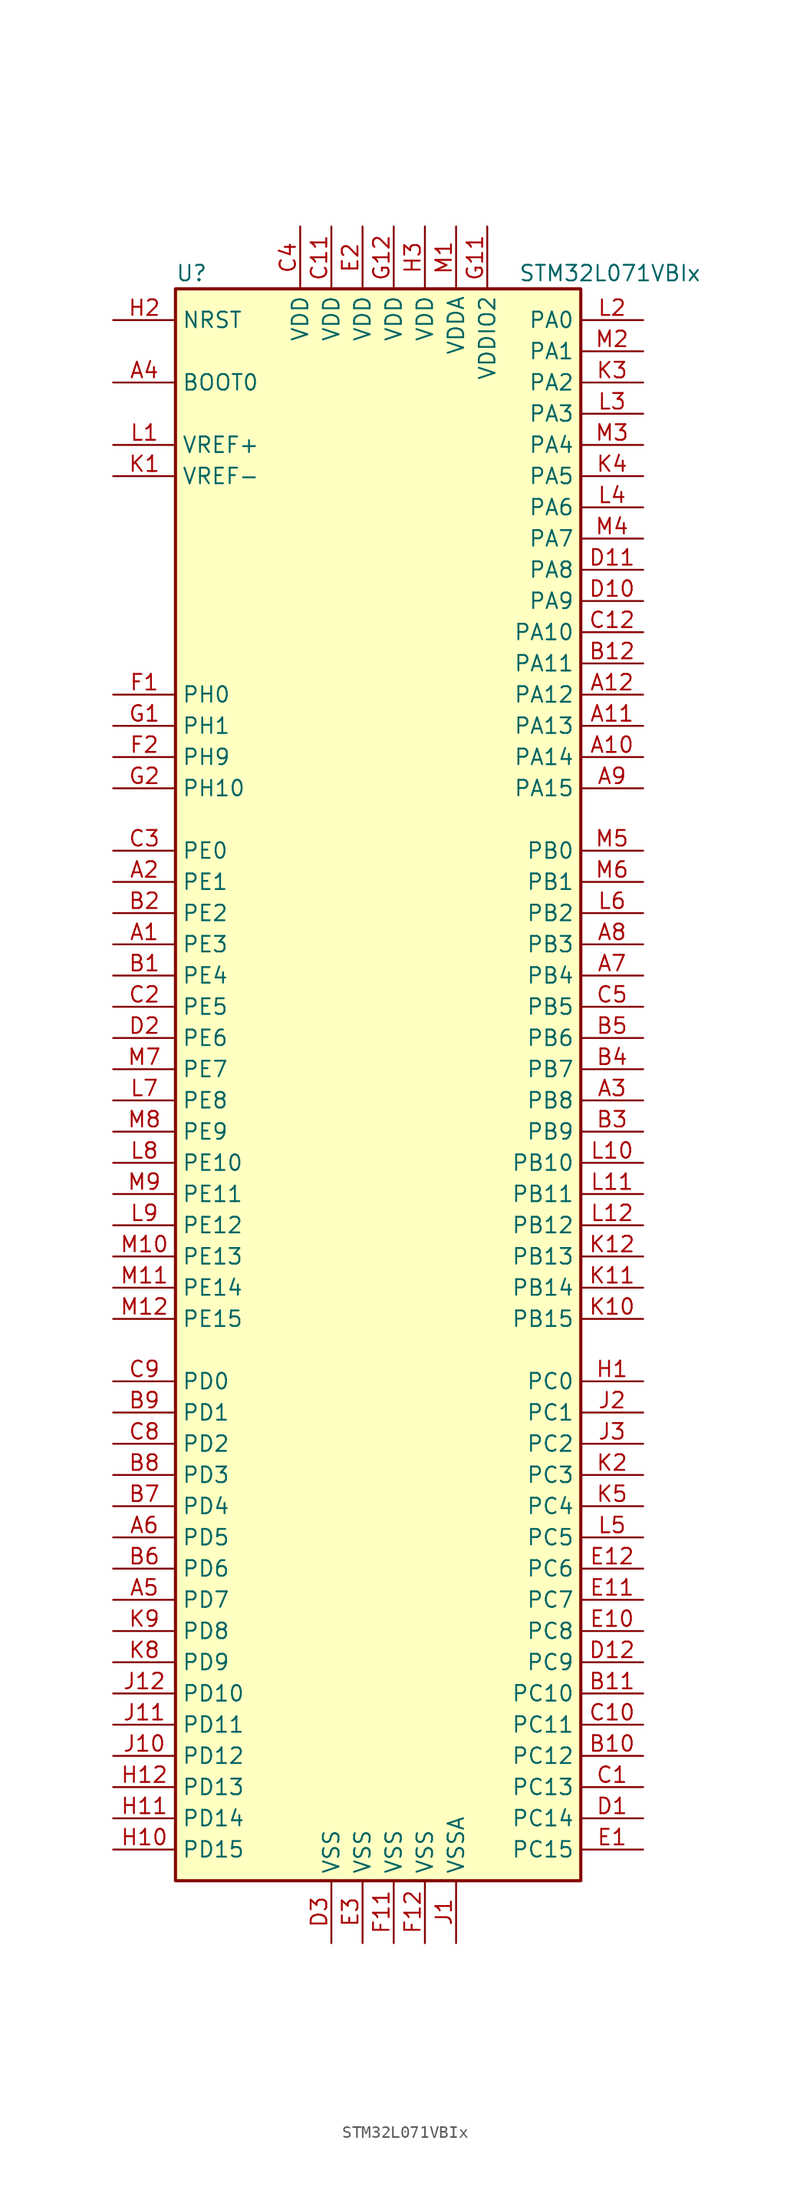
<source format=kicad_sym>
(kicad_symbol_lib
  (version 20201005)
  (generator kicad_symbol_editor)
  (symbol "STM32L071VBIx"
    (property "Reference" "U"
      (at -17.78 64.77 0)
      (effects (font (size 1.27 1.27)) (justify left)))
    (property "Value" "STM32L071VBIx"
      (at 10.16 64.77 0)
      (effects (font (size 1.27 1.27)) (justify left)))
    (symbol "STM32L071VBIx_0_1"
      (rectangle (start -17.78 -66.04) (end 15.24 63.5) (stroke (width 0.254)) (fill (type background))))
    (symbol "STM32L071VBIx_1_1"
      (pin input line (at -22.86 55.88 0) (length 5.08) (name "BOOT0" (effects (font (size 1.27 1.27)))) (number "A4" (effects (font (size 1.27 1.27)))))
      (pin input line (at -22.86 60.96 0) (length 5.08) (name "NRST" (effects (font (size 1.27 1.27)))) (number "H2" (effects (font (size 1.27 1.27)))))
      (pin bidirectional line (at 20.32 60.96 180) (length 5.08) (name "PA0" (effects (font (size 1.27 1.27)))) (number "L2" (effects (font (size 1.27 1.27)))))
      (pin bidirectional line (at 20.32 58.42 180) (length 5.08) (name "PA1" (effects (font (size 1.27 1.27)))) (number "M2" (effects (font (size 1.27 1.27)))))
      (pin bidirectional line (at 20.32 35.56 180) (length 5.08) (name "PA10" (effects (font (size 1.27 1.27)))) (number "C12" (effects (font (size 1.27 1.27)))))
      (pin bidirectional line (at 20.32 33.02 180) (length 5.08) (name "PA11" (effects (font (size 1.27 1.27)))) (number "B12" (effects (font (size 1.27 1.27)))))
      (pin bidirectional line (at 20.32 30.48 180) (length 5.08) (name "PA12" (effects (font (size 1.27 1.27)))) (number "A12" (effects (font (size 1.27 1.27)))))
      (pin bidirectional line (at 20.32 27.94 180) (length 5.08) (name "PA13" (effects (font (size 1.27 1.27)))) (number "A11" (effects (font (size 1.27 1.27)))))
      (pin bidirectional line (at 20.32 25.4 180) (length 5.08) (name "PA14" (effects (font (size 1.27 1.27)))) (number "A10" (effects (font (size 1.27 1.27)))))
      (pin bidirectional line (at 20.32 22.86 180) (length 5.08) (name "PA15" (effects (font (size 1.27 1.27)))) (number "A9" (effects (font (size 1.27 1.27)))))
      (pin bidirectional line (at 20.32 55.88 180) (length 5.08) (name "PA2" (effects (font (size 1.27 1.27)))) (number "K3" (effects (font (size 1.27 1.27)))))
      (pin bidirectional line (at 20.32 53.34 180) (length 5.08) (name "PA3" (effects (font (size 1.27 1.27)))) (number "L3" (effects (font (size 1.27 1.27)))))
      (pin bidirectional line (at 20.32 50.8 180) (length 5.08) (name "PA4" (effects (font (size 1.27 1.27)))) (number "M3" (effects (font (size 1.27 1.27)))))
      (pin bidirectional line (at 20.32 48.26 180) (length 5.08) (name "PA5" (effects (font (size 1.27 1.27)))) (number "K4" (effects (font (size 1.27 1.27)))))
      (pin bidirectional line (at 20.32 45.72 180) (length 5.08) (name "PA6" (effects (font (size 1.27 1.27)))) (number "L4" (effects (font (size 1.27 1.27)))))
      (pin bidirectional line (at 20.32 43.18 180) (length 5.08) (name "PA7" (effects (font (size 1.27 1.27)))) (number "M4" (effects (font (size 1.27 1.27)))))
      (pin bidirectional line (at 20.32 40.64 180) (length 5.08) (name "PA8" (effects (font (size 1.27 1.27)))) (number "D11" (effects (font (size 1.27 1.27)))))
      (pin bidirectional line (at 20.32 38.1 180) (length 5.08) (name "PA9" (effects (font (size 1.27 1.27)))) (number "D10" (effects (font (size 1.27 1.27)))))
      (pin bidirectional line (at 20.32 17.78 180) (length 5.08) (name "PB0" (effects (font (size 1.27 1.27)))) (number "M5" (effects (font (size 1.27 1.27)))))
      (pin bidirectional line (at 20.32 15.24 180) (length 5.08) (name "PB1" (effects (font (size 1.27 1.27)))) (number "M6" (effects (font (size 1.27 1.27)))))
      (pin bidirectional line (at 20.32 -7.62 180) (length 5.08) (name "PB10" (effects (font (size 1.27 1.27)))) (number "L10" (effects (font (size 1.27 1.27)))))
      (pin bidirectional line (at 20.32 -10.16 180) (length 5.08) (name "PB11" (effects (font (size 1.27 1.27)))) (number "L11" (effects (font (size 1.27 1.27)))))
      (pin bidirectional line (at 20.32 -12.7 180) (length 5.08) (name "PB12" (effects (font (size 1.27 1.27)))) (number "L12" (effects (font (size 1.27 1.27)))))
      (pin bidirectional line (at 20.32 -15.24 180) (length 5.08) (name "PB13" (effects (font (size 1.27 1.27)))) (number "K12" (effects (font (size 1.27 1.27)))))
      (pin bidirectional line (at 20.32 -17.78 180) (length 5.08) (name "PB14" (effects (font (size 1.27 1.27)))) (number "K11" (effects (font (size 1.27 1.27)))))
      (pin bidirectional line (at 20.32 -20.32 180) (length 5.08) (name "PB15" (effects (font (size 1.27 1.27)))) (number "K10" (effects (font (size 1.27 1.27)))))
      (pin bidirectional line (at 20.32 12.7 180) (length 5.08) (name "PB2" (effects (font (size 1.27 1.27)))) (number "L6" (effects (font (size 1.27 1.27)))))
      (pin bidirectional line (at 20.32 10.16 180) (length 5.08) (name "PB3" (effects (font (size 1.27 1.27)))) (number "A8" (effects (font (size 1.27 1.27)))))
      (pin bidirectional line (at 20.32 7.62 180) (length 5.08) (name "PB4" (effects (font (size 1.27 1.27)))) (number "A7" (effects (font (size 1.27 1.27)))))
      (pin bidirectional line (at 20.32 5.08 180) (length 5.08) (name "PB5" (effects (font (size 1.27 1.27)))) (number "C5" (effects (font (size 1.27 1.27)))))
      (pin bidirectional line (at 20.32 2.54 180) (length 5.08) (name "PB6" (effects (font (size 1.27 1.27)))) (number "B5" (effects (font (size 1.27 1.27)))))
      (pin bidirectional line (at 20.32 0 180) (length 5.08) (name "PB7" (effects (font (size 1.27 1.27)))) (number "B4" (effects (font (size 1.27 1.27)))))
      (pin bidirectional line (at 20.32 -2.54 180) (length 5.08) (name "PB8" (effects (font (size 1.27 1.27)))) (number "A3" (effects (font (size 1.27 1.27)))))
      (pin bidirectional line (at 20.32 -5.08 180) (length 5.08) (name "PB9" (effects (font (size 1.27 1.27)))) (number "B3" (effects (font (size 1.27 1.27)))))
      (pin bidirectional line (at 20.32 -25.4 180) (length 5.08) (name "PC0" (effects (font (size 1.27 1.27)))) (number "H1" (effects (font (size 1.27 1.27)))))
      (pin bidirectional line (at 20.32 -27.94 180) (length 5.08) (name "PC1" (effects (font (size 1.27 1.27)))) (number "J2" (effects (font (size 1.27 1.27)))))
      (pin bidirectional line (at 20.32 -50.8 180) (length 5.08) (name "PC10" (effects (font (size 1.27 1.27)))) (number "B11" (effects (font (size 1.27 1.27)))))
      (pin bidirectional line (at 20.32 -53.34 180) (length 5.08) (name "PC11" (effects (font (size 1.27 1.27)))) (number "C10" (effects (font (size 1.27 1.27)))))
      (pin bidirectional line (at 20.32 -55.88 180) (length 5.08) (name "PC12" (effects (font (size 1.27 1.27)))) (number "B10" (effects (font (size 1.27 1.27)))))
      (pin bidirectional line (at 20.32 -58.42 180) (length 5.08) (name "PC13" (effects (font (size 1.27 1.27)))) (number "C1" (effects (font (size 1.27 1.27)))))
      (pin bidirectional line (at 20.32 -60.96 180) (length 5.08) (name "PC14" (effects (font (size 1.27 1.27)))) (number "D1" (effects (font (size 1.27 1.27)))))
      (pin bidirectional line (at 20.32 -63.5 180) (length 5.08) (name "PC15" (effects (font (size 1.27 1.27)))) (number "E1" (effects (font (size 1.27 1.27)))))
      (pin bidirectional line (at 20.32 -30.48 180) (length 5.08) (name "PC2" (effects (font (size 1.27 1.27)))) (number "J3" (effects (font (size 1.27 1.27)))))
      (pin bidirectional line (at 20.32 -33.02 180) (length 5.08) (name "PC3" (effects (font (size 1.27 1.27)))) (number "K2" (effects (font (size 1.27 1.27)))))
      (pin bidirectional line (at 20.32 -35.56 180) (length 5.08) (name "PC4" (effects (font (size 1.27 1.27)))) (number "K5" (effects (font (size 1.27 1.27)))))
      (pin bidirectional line (at 20.32 -38.1 180) (length 5.08) (name "PC5" (effects (font (size 1.27 1.27)))) (number "L5" (effects (font (size 1.27 1.27)))))
      (pin bidirectional line (at 20.32 -40.64 180) (length 5.08) (name "PC6" (effects (font (size 1.27 1.27)))) (number "E12" (effects (font (size 1.27 1.27)))))
      (pin bidirectional line (at 20.32 -43.18 180) (length 5.08) (name "PC7" (effects (font (size 1.27 1.27)))) (number "E11" (effects (font (size 1.27 1.27)))))
      (pin bidirectional line (at 20.32 -45.72 180) (length 5.08) (name "PC8" (effects (font (size 1.27 1.27)))) (number "E10" (effects (font (size 1.27 1.27)))))
      (pin bidirectional line (at 20.32 -48.26 180) (length 5.08) (name "PC9" (effects (font (size 1.27 1.27)))) (number "D12" (effects (font (size 1.27 1.27)))))
      (pin bidirectional line (at -22.86 -25.4 0) (length 5.08) (name "PD0" (effects (font (size 1.27 1.27)))) (number "C9" (effects (font (size 1.27 1.27)))))
      (pin bidirectional line (at -22.86 -27.94 0) (length 5.08) (name "PD1" (effects (font (size 1.27 1.27)))) (number "B9" (effects (font (size 1.27 1.27)))))
      (pin bidirectional line (at -22.86 -50.8 0) (length 5.08) (name "PD10" (effects (font (size 1.27 1.27)))) (number "J12" (effects (font (size 1.27 1.27)))))
      (pin bidirectional line (at -22.86 -53.34 0) (length 5.08) (name "PD11" (effects (font (size 1.27 1.27)))) (number "J11" (effects (font (size 1.27 1.27)))))
      (pin bidirectional line (at -22.86 -55.88 0) (length 5.08) (name "PD12" (effects (font (size 1.27 1.27)))) (number "J10" (effects (font (size 1.27 1.27)))))
      (pin bidirectional line (at -22.86 -58.42 0) (length 5.08) (name "PD13" (effects (font (size 1.27 1.27)))) (number "H12" (effects (font (size 1.27 1.27)))))
      (pin bidirectional line (at -22.86 -60.96 0) (length 5.08) (name "PD14" (effects (font (size 1.27 1.27)))) (number "H11" (effects (font (size 1.27 1.27)))))
      (pin bidirectional line (at -22.86 -63.5 0) (length 5.08) (name "PD15" (effects (font (size 1.27 1.27)))) (number "H10" (effects (font (size 1.27 1.27)))))
      (pin bidirectional line (at -22.86 -30.48 0) (length 5.08) (name "PD2" (effects (font (size 1.27 1.27)))) (number "C8" (effects (font (size 1.27 1.27)))))
      (pin bidirectional line (at -22.86 -33.02 0) (length 5.08) (name "PD3" (effects (font (size 1.27 1.27)))) (number "B8" (effects (font (size 1.27 1.27)))))
      (pin bidirectional line (at -22.86 -35.56 0) (length 5.08) (name "PD4" (effects (font (size 1.27 1.27)))) (number "B7" (effects (font (size 1.27 1.27)))))
      (pin bidirectional line (at -22.86 -38.1 0) (length 5.08) (name "PD5" (effects (font (size 1.27 1.27)))) (number "A6" (effects (font (size 1.27 1.27)))))
      (pin bidirectional line (at -22.86 -40.64 0) (length 5.08) (name "PD6" (effects (font (size 1.27 1.27)))) (number "B6" (effects (font (size 1.27 1.27)))))
      (pin bidirectional line (at -22.86 -43.18 0) (length 5.08) (name "PD7" (effects (font (size 1.27 1.27)))) (number "A5" (effects (font (size 1.27 1.27)))))
      (pin bidirectional line (at -22.86 -45.72 0) (length 5.08) (name "PD8" (effects (font (size 1.27 1.27)))) (number "K9" (effects (font (size 1.27 1.27)))))
      (pin bidirectional line (at -22.86 -48.26 0) (length 5.08) (name "PD9" (effects (font (size 1.27 1.27)))) (number "K8" (effects (font (size 1.27 1.27)))))
      (pin bidirectional line (at -22.86 17.78 0) (length 5.08) (name "PE0" (effects (font (size 1.27 1.27)))) (number "C3" (effects (font (size 1.27 1.27)))))
      (pin bidirectional line (at -22.86 15.24 0) (length 5.08) (name "PE1" (effects (font (size 1.27 1.27)))) (number "A2" (effects (font (size 1.27 1.27)))))
      (pin bidirectional line (at -22.86 -7.62 0) (length 5.08) (name "PE10" (effects (font (size 1.27 1.27)))) (number "L8" (effects (font (size 1.27 1.27)))))
      (pin bidirectional line (at -22.86 -10.16 0) (length 5.08) (name "PE11" (effects (font (size 1.27 1.27)))) (number "M9" (effects (font (size 1.27 1.27)))))
      (pin bidirectional line (at -22.86 -12.7 0) (length 5.08) (name "PE12" (effects (font (size 1.27 1.27)))) (number "L9" (effects (font (size 1.27 1.27)))))
      (pin bidirectional line (at -22.86 -15.24 0) (length 5.08) (name "PE13" (effects (font (size 1.27 1.27)))) (number "M10" (effects (font (size 1.27 1.27)))))
      (pin bidirectional line (at -22.86 -17.78 0) (length 5.08) (name "PE14" (effects (font (size 1.27 1.27)))) (number "M11" (effects (font (size 1.27 1.27)))))
      (pin bidirectional line (at -22.86 -20.32 0) (length 5.08) (name "PE15" (effects (font (size 1.27 1.27)))) (number "M12" (effects (font (size 1.27 1.27)))))
      (pin bidirectional line (at -22.86 12.7 0) (length 5.08) (name "PE2" (effects (font (size 1.27 1.27)))) (number "B2" (effects (font (size 1.27 1.27)))))
      (pin bidirectional line (at -22.86 10.16 0) (length 5.08) (name "PE3" (effects (font (size 1.27 1.27)))) (number "A1" (effects (font (size 1.27 1.27)))))
      (pin bidirectional line (at -22.86 7.62 0) (length 5.08) (name "PE4" (effects (font (size 1.27 1.27)))) (number "B1" (effects (font (size 1.27 1.27)))))
      (pin bidirectional line (at -22.86 5.08 0) (length 5.08) (name "PE5" (effects (font (size 1.27 1.27)))) (number "C2" (effects (font (size 1.27 1.27)))))
      (pin bidirectional line (at -22.86 2.54 0) (length 5.08) (name "PE6" (effects (font (size 1.27 1.27)))) (number "D2" (effects (font (size 1.27 1.27)))))
      (pin bidirectional line (at -22.86 0 0) (length 5.08) (name "PE7" (effects (font (size 1.27 1.27)))) (number "M7" (effects (font (size 1.27 1.27)))))
      (pin bidirectional line (at -22.86 -2.54 0) (length 5.08) (name "PE8" (effects (font (size 1.27 1.27)))) (number "L7" (effects (font (size 1.27 1.27)))))
      (pin bidirectional line (at -22.86 -5.08 0) (length 5.08) (name "PE9" (effects (font (size 1.27 1.27)))) (number "M8" (effects (font (size 1.27 1.27)))))
      (pin input line (at -22.86 30.48 0) (length 5.08) (name "PH0" (effects (font (size 1.27 1.27)))) (number "F1" (effects (font (size 1.27 1.27)))))
      (pin input line (at -22.86 27.94 0) (length 5.08) (name "PH1" (effects (font (size 1.27 1.27)))) (number "G1" (effects (font (size 1.27 1.27)))))
      (pin bidirectional line (at -22.86 22.86 0) (length 5.08) (name "PH10" (effects (font (size 1.27 1.27)))) (number "G2" (effects (font (size 1.27 1.27)))))
      (pin bidirectional line (at -22.86 25.4 0) (length 5.08) (name "PH9" (effects (font (size 1.27 1.27)))) (number "F2" (effects (font (size 1.27 1.27)))))
      (pin power_in line (at -5.08 68.58 270) (length 5.08) (name "VDD" (effects (font (size 1.27 1.27)))) (number "C11" (effects (font (size 1.27 1.27)))))
      (pin power_in line (at -7.62 68.58 270) (length 5.08) (name "VDD" (effects (font (size 1.27 1.27)))) (number "C4" (effects (font (size 1.27 1.27)))))
      (pin power_in line (at -2.54 68.58 270) (length 5.08) (name "VDD" (effects (font (size 1.27 1.27)))) (number "E2" (effects (font (size 1.27 1.27)))))
      (pin power_in line (at 0 68.58 270) (length 5.08) (name "VDD" (effects (font (size 1.27 1.27)))) (number "G12" (effects (font (size 1.27 1.27)))))
      (pin power_in line (at 2.54 68.58 270) (length 5.08) (name "VDD" (effects (font (size 1.27 1.27)))) (number "H3" (effects (font (size 1.27 1.27)))))
      (pin power_in line (at 5.08 68.58 270) (length 5.08) (name "VDDA" (effects (font (size 1.27 1.27)))) (number "M1" (effects (font (size 1.27 1.27)))))
      (pin power_in line (at 7.62 68.58 270) (length 5.08) (name "VDDIO2" (effects (font (size 1.27 1.27)))) (number "G11" (effects (font (size 1.27 1.27)))))
      (pin power_in line (at -22.86 50.8 0) (length 5.08) (name "VREF+" (effects (font (size 1.27 1.27)))) (number "L1" (effects (font (size 1.27 1.27)))))
      (pin power_in line (at -22.86 48.26 0) (length 5.08) (name "VREF-" (effects (font (size 1.27 1.27)))) (number "K1" (effects (font (size 1.27 1.27)))))
      (pin power_in line (at -5.08 -71.12 90) (length 5.08) (name "VSS" (effects (font (size 1.27 1.27)))) (number "D3" (effects (font (size 1.27 1.27)))))
      (pin power_in line (at -2.54 -71.12 90) (length 5.08) (name "VSS" (effects (font (size 1.27 1.27)))) (number "E3" (effects (font (size 1.27 1.27)))))
      (pin power_in line (at 0 -71.12 90) (length 5.08) (name "VSS" (effects (font (size 1.27 1.27)))) (number "F11" (effects (font (size 1.27 1.27)))))
      (pin power_in line (at 2.54 -71.12 90) (length 5.08) (name "VSS" (effects (font (size 1.27 1.27)))) (number "F12" (effects (font (size 1.27 1.27)))))
      (pin power_in line (at 5.08 -71.12 90) (length 5.08) (name "VSSA" (effects (font (size 1.27 1.27)))) (number "J1" (effects (font (size 1.27 1.27))))))))
</source>
